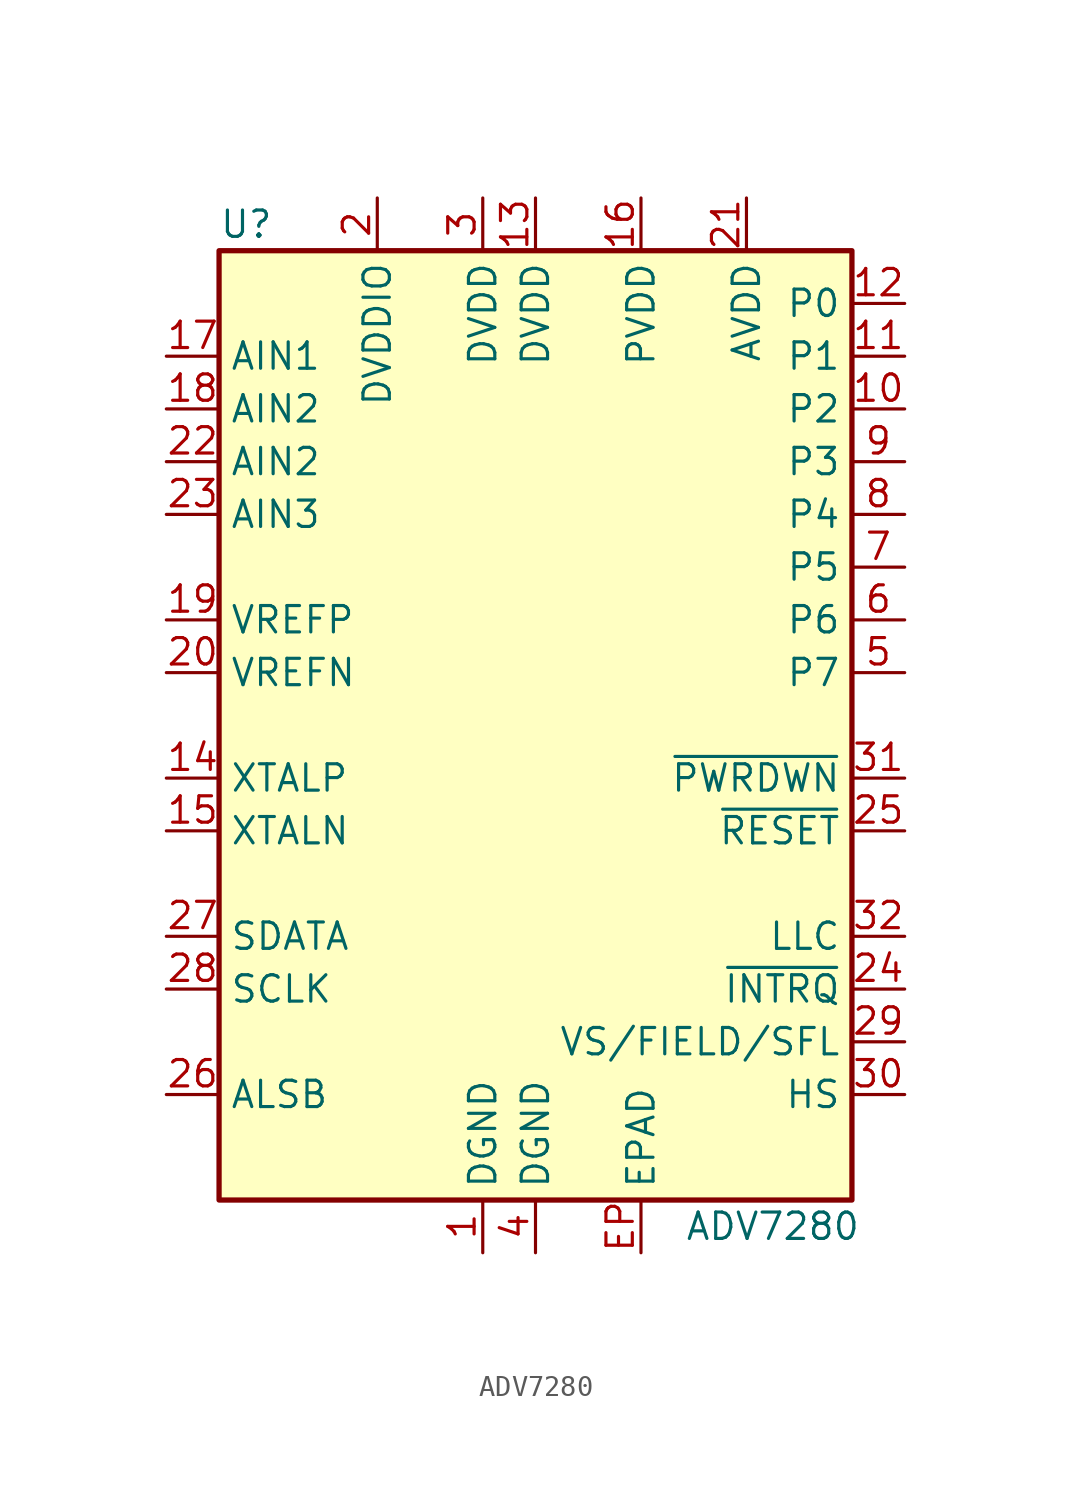
<source format=kicad_sym>
(kicad_symbol_lib
  (version 20201005)
  (generator kicad_symbol_editor)
  (symbol "Video:ADV7280"
    (property "Reference" "U"
      (at -15.24 24.13 0)
      (effects (font (size 1.27 1.27)) (justify left)))
    (property "Value" "ADV7280"
      (at 11.43 -24.13 0)
      (effects (font (size 1.27 1.27))))
    (symbol "ADV7280_0_1"
      (rectangle (start -15.24 22.86) (end 15.24 -22.86) (stroke (width 0.254)) (fill (type background))))
    (symbol "ADV7280_1_1"
      (pin power_in line (at -2.54 -25.4 90) (length 2.54) (name "DGND" (effects (font (size 1.27 1.27)))) (number "1" (effects (font (size 1.27 1.27)))))
      (pin output line (at 17.78 15.24 180) (length 2.54) (name "P2" (effects (font (size 1.27 1.27)))) (number "10" (effects (font (size 1.27 1.27)))))
      (pin output line (at 17.78 17.78 180) (length 2.54) (name "P1" (effects (font (size 1.27 1.27)))) (number "11" (effects (font (size 1.27 1.27)))))
      (pin output line (at 17.78 20.32 180) (length 2.54) (name "P0" (effects (font (size 1.27 1.27)))) (number "12" (effects (font (size 1.27 1.27)))))
      (pin power_in line (at 0 25.4 270) (length 2.54) (name "DVDD" (effects (font (size 1.27 1.27)))) (number "13" (effects (font (size 1.27 1.27)))))
      (pin output line (at -17.78 -2.54 0) (length 2.54) (name "XTALP" (effects (font (size 1.27 1.27)))) (number "14" (effects (font (size 1.27 1.27)))))
      (pin input line (at -17.78 -5.08 0) (length 2.54) (name "XTALN" (effects (font (size 1.27 1.27)))) (number "15" (effects (font (size 1.27 1.27)))))
      (pin power_in line (at 5.08 25.4 270) (length 2.54) (name "PVDD" (effects (font (size 1.27 1.27)))) (number "16" (effects (font (size 1.27 1.27)))))
      (pin input line (at -17.78 17.78 0) (length 2.54) (name "AIN1" (effects (font (size 1.27 1.27)))) (number "17" (effects (font (size 1.27 1.27)))))
      (pin input line (at -17.78 15.24 0) (length 2.54) (name "AIN2" (effects (font (size 1.27 1.27)))) (number "18" (effects (font (size 1.27 1.27)))))
      (pin output line (at -17.78 5.08 0) (length 2.54) (name "VREFP" (effects (font (size 1.27 1.27)))) (number "19" (effects (font (size 1.27 1.27)))))
      (pin power_in line (at -7.62 25.4 270) (length 2.54) (name "DVDDIO" (effects (font (size 1.27 1.27)))) (number "2" (effects (font (size 1.27 1.27)))))
      (pin output line (at -17.78 2.54 0) (length 2.54) (name "VREFN" (effects (font (size 1.27 1.27)))) (number "20" (effects (font (size 1.27 1.27)))))
      (pin power_in line (at 10.16 25.4 270) (length 2.54) (name "AVDD" (effects (font (size 1.27 1.27)))) (number "21" (effects (font (size 1.27 1.27)))))
      (pin input line (at -17.78 12.7 0) (length 2.54) (name "AIN2" (effects (font (size 1.27 1.27)))) (number "22" (effects (font (size 1.27 1.27)))))
      (pin input line (at -17.78 10.16 0) (length 2.54) (name "AIN3" (effects (font (size 1.27 1.27)))) (number "23" (effects (font (size 1.27 1.27)))))
      (pin output line (at 17.78 -12.7 180) (length 2.54) (name "~INTRQ" (effects (font (size 1.27 1.27)))) (number "24" (effects (font (size 1.27 1.27)))))
      (pin input line (at 17.78 -5.08 180) (length 2.54) (name "~RESET" (effects (font (size 1.27 1.27)))) (number "25" (effects (font (size 1.27 1.27)))))
      (pin input line (at -17.78 -17.78 0) (length 2.54) (name "ALSB" (effects (font (size 1.27 1.27)))) (number "26" (effects (font (size 1.27 1.27)))))
      (pin bidirectional line (at -17.78 -10.16 0) (length 2.54) (name "SDATA" (effects (font (size 1.27 1.27)))) (number "27" (effects (font (size 1.27 1.27)))))
      (pin input line (at -17.78 -12.7 0) (length 2.54) (name "SCLK" (effects (font (size 1.27 1.27)))) (number "28" (effects (font (size 1.27 1.27)))))
      (pin output line (at 17.78 -15.24 180) (length 2.54) (name "VS/FIELD/SFL" (effects (font (size 1.27 1.27)))) (number "29" (effects (font (size 1.27 1.27)))))
      (pin power_in line (at -2.54 25.4 270) (length 2.54) (name "DVDD" (effects (font (size 1.27 1.27)))) (number "3" (effects (font (size 1.27 1.27)))))
      (pin output line (at 17.78 -17.78 180) (length 2.54) (name "HS" (effects (font (size 1.27 1.27)))) (number "30" (effects (font (size 1.27 1.27)))))
      (pin input line (at 17.78 -2.54 180) (length 2.54) (name "~PWRDWN" (effects (font (size 1.27 1.27)))) (number "31" (effects (font (size 1.27 1.27)))))
      (pin output line (at 17.78 -10.16 180) (length 2.54) (name "LLC" (effects (font (size 1.27 1.27)))) (number "32" (effects (font (size 1.27 1.27)))))
      (pin power_in line (at 0 -25.4 90) (length 2.54) (name "DGND" (effects (font (size 1.27 1.27)))) (number "4" (effects (font (size 1.27 1.27)))))
      (pin output line (at 17.78 2.54 180) (length 2.54) (name "P7" (effects (font (size 1.27 1.27)))) (number "5" (effects (font (size 1.27 1.27)))))
      (pin output line (at 17.78 5.08 180) (length 2.54) (name "P6" (effects (font (size 1.27 1.27)))) (number "6" (effects (font (size 1.27 1.27)))))
      (pin output line (at 17.78 7.62 180) (length 2.54) (name "P5" (effects (font (size 1.27 1.27)))) (number "7" (effects (font (size 1.27 1.27)))))
      (pin output line (at 17.78 10.16 180) (length 2.54) (name "P4" (effects (font (size 1.27 1.27)))) (number "8" (effects (font (size 1.27 1.27)))))
      (pin output line (at 17.78 12.7 180) (length 2.54) (name "P3" (effects (font (size 1.27 1.27)))) (number "9" (effects (font (size 1.27 1.27)))))
      (pin power_in line (at 5.08 -25.4 90) (length 2.54) (name "EPAD" (effects (font (size 1.27 1.27)))) (number "EP" (effects (font (size 1.27 1.27))))))))
</source>
